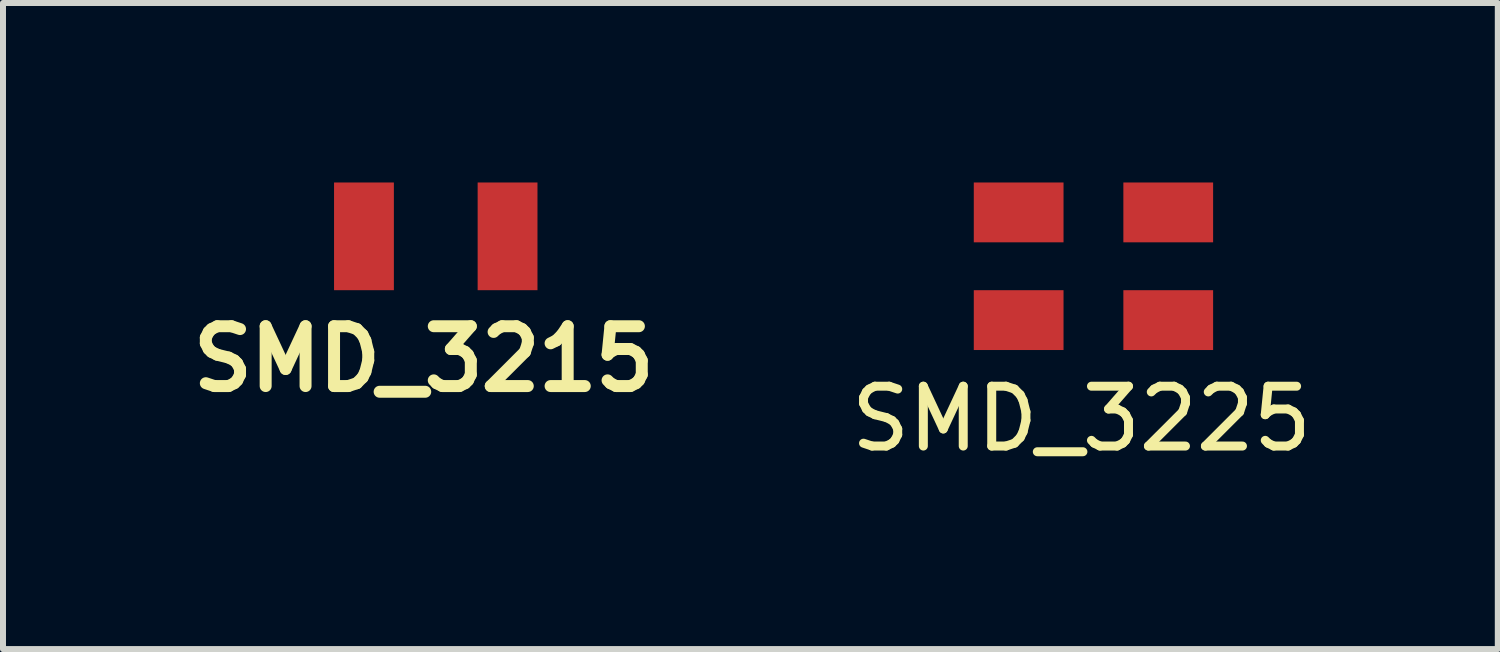
<source format=kicad_pcb>
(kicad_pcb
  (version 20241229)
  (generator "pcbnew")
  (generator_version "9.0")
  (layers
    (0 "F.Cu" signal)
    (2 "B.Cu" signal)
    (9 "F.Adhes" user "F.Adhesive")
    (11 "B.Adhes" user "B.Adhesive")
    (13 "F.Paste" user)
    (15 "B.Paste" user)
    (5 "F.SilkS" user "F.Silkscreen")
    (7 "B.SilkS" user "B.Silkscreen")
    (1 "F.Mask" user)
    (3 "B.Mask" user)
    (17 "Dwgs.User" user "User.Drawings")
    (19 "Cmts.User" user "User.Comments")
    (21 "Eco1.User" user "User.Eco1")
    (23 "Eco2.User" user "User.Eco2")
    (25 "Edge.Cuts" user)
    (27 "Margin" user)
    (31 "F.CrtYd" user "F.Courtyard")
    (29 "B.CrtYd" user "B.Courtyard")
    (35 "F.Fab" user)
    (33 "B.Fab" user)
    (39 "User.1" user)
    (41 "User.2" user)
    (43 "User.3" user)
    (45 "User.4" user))
  (footprint "SMD_3225"
    (layer "F.Cu")
    (at 13.725 2.55)
    (property "Reference" "SMD_3225" (at 1.3 1.4 0) (layer "F.SilkS") (effects (font (size 1 1) (thickness 0.15))))
    (attr through_hole)
    (pad "1" smd rect (at 0.25 -0.25) (size 1.5 1) (layers "F.Cu" "F.Mask" "F.Paste"))
    (pad "2" smd rect (at 2.75 -0.25) (size 1.5 1) (layers "F.Cu" "F.Mask" "F.Paste"))
    (pad "3" smd rect (at 2.75 -2.05) (size 1.5 1) (layers "F.Cu" "F.Mask" "F.Paste"))
    (pad "4" smd rect (at 0.25 -2.05) (size 1.5 1) (layers "F.Cu" "F.Mask" "F.Paste")))
  (footprint "SMD_3215"
    (layer "F.Cu")
    (at 2.733 1.55)
    (property "Reference" "SMD_3215" (at 1.3 1.4 0) (layer "F.SilkS") (effects (font (size 1 1) (thickness 0.2))))
    (attr through_hole)
    (pad "1" smd rect (at 0.3 -0.65) (size 1 1.8) (layers "F.Cu" "F.Mask" "F.Paste"))
    (pad "2" smd rect (at 2.7 -0.65) (size 1 1.8) (layers "F.Cu" "F.Mask" "F.Paste")))
  (gr_rect
    (start -3 -3)
    (end 21.983 7.798)
    (stroke (width 0.1) (type default))
    (fill no)
    (layer "Edge.Cuts")))
</source>
